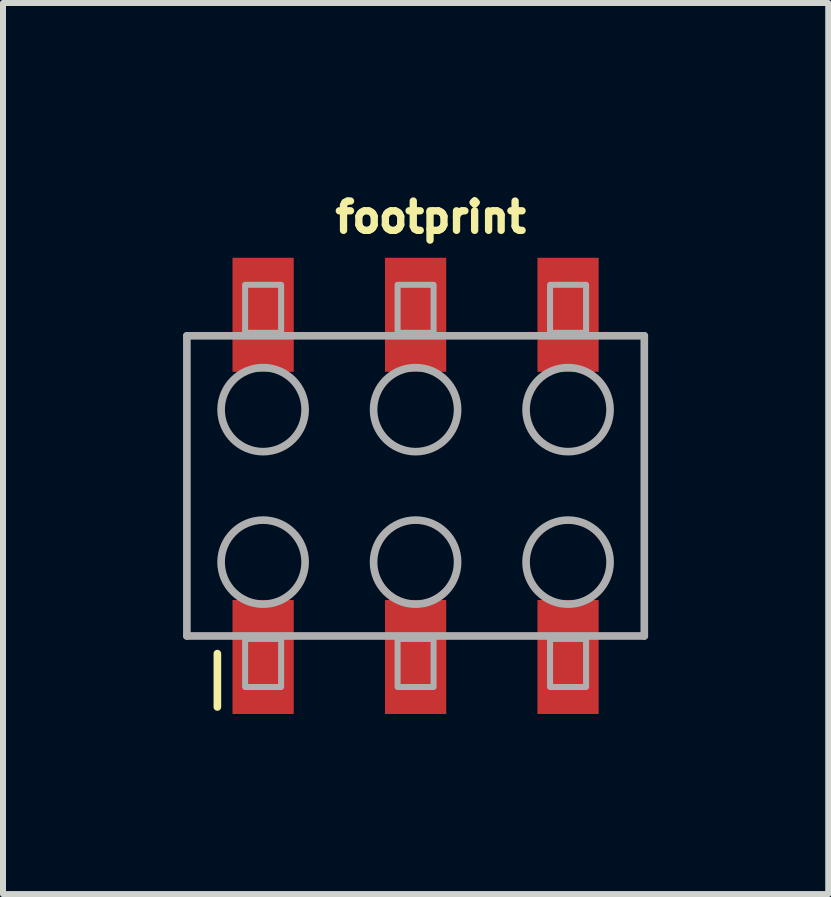
<source format=kicad_pcb>
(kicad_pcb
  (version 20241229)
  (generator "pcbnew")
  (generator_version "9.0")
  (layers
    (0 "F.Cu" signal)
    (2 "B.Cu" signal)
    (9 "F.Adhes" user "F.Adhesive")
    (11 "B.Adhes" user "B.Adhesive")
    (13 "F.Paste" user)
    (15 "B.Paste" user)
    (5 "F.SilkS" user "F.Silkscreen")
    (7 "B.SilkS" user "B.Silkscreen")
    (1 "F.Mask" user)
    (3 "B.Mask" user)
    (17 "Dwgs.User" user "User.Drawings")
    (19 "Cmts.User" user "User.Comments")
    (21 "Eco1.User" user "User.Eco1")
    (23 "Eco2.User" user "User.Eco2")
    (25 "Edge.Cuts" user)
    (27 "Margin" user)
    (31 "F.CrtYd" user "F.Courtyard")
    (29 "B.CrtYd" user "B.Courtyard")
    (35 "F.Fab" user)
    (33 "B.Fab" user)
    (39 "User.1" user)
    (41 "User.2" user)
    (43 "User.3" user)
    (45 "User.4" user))
  (footprint "footprint"
    (layer "F.Cu")
    (at 3.873 5.044)
    (property "Reference" "footprint" (at -1.397 -4.191 0) (layer "F.SilkS") (effects (font (size 0.488 0.488) (thickness 0.122)) (justify left bottom)))
    (fp_line (start -3.302 3.683) (end -3.302 2.794) (stroke (width 0.127) (type solid)) (layer "F.SilkS"))
    (fp_line (start -3.81 -2.5) (end 3.81 -2.5) (stroke (width 0.127) (type solid)) (layer "F.Fab"))
    (fp_line (start -3.81 2.5) (end -3.81 -2.5) (stroke (width 0.127) (type solid)) (layer "F.Fab"))
    (fp_line (start 3.81 -2.5) (end 3.81 2.5) (stroke (width 0.127) (type solid)) (layer "F.Fab"))
    (fp_line (start 3.81 2.5) (end -3.81 2.5) (stroke (width 0.127) (type solid)) (layer "F.Fab"))
    (fp_circle (center -2.54 -1.27) (end -1.84 -1.27) (stroke (width 0.127) (type solid)) (fill no) (layer "F.Fab"))
    (fp_circle (center -2.54 1.27) (end -1.84 1.27) (stroke (width 0.127) (type solid)) (fill no) (layer "F.Fab"))
    (fp_circle (center 0 -1.27) (end 0.7 -1.27) (stroke (width 0.127) (type solid)) (fill no) (layer "F.Fab"))
    (fp_circle (center 0 1.27) (end 0.7 1.27) (stroke (width 0.127) (type solid)) (fill no) (layer "F.Fab"))
    (fp_circle (center 2.54 -1.27) (end 3.24 -1.27) (stroke (width 0.127) (type solid)) (fill no) (layer "F.Fab"))
    (fp_circle (center 2.54 1.27) (end 3.24 1.27) (stroke (width 0.127) (type solid)) (fill no) (layer "F.Fab"))
    (fp_poly (pts (xy -2.84 -2.55) (xy -2.24 -2.55) (xy -2.24 -3.35) (xy -2.84 -3.35)) (stroke (width 0.1) (type solid)) (fill no) (layer "F.Fab"))
    (fp_poly (pts (xy -2.24 2.55) (xy -2.84 2.55) (xy -2.84 3.35) (xy -2.24 3.35)) (stroke (width 0.1) (type solid)) (fill no) (layer "F.Fab"))
    (fp_poly (pts (xy -0.3 -2.55) (xy 0.3 -2.55) (xy 0.3 -3.35) (xy -0.3 -3.35)) (stroke (width 0.1) (type solid)) (fill no) (layer "F.Fab"))
    (fp_poly (pts (xy 0.3 2.55) (xy -0.3 2.55) (xy -0.3 3.35) (xy 0.3 3.35)) (stroke (width 0.1) (type solid)) (fill no) (layer "F.Fab"))
    (fp_poly (pts (xy 2.24 -2.55) (xy 2.84 -2.55) (xy 2.84 -3.35) (xy 2.24 -3.35)) (stroke (width 0.1) (type solid)) (fill no) (layer "F.Fab"))
    (fp_poly (pts (xy 2.84 2.55) (xy 2.24 2.55) (xy 2.24 3.35) (xy 2.84 3.35)) (stroke (width 0.1) (type solid)) (fill no) (layer "F.Fab"))
    (pad "1" smd rect (at -2.54 2.85) (size 1.02 1.9) (layers "F.Cu" "F.Mask" "F.Paste"))
    (pad "2" smd rect (at -2.54 -2.85) (size 1.02 1.9) (layers "F.Cu" "F.Mask" "F.Paste"))
    (pad "3" smd rect (at 0 2.85) (size 1.02 1.9) (layers "F.Cu" "F.Mask" "F.Paste"))
    (pad "4" smd rect (at 0 -2.85) (size 1.02 1.9) (layers "F.Cu" "F.Mask" "F.Paste"))
    (pad "5" smd rect (at 2.54 2.85) (size 1.02 1.9) (layers "F.Cu" "F.Mask" "F.Paste"))
    (pad "6" smd rect (at 2.54 -2.85) (size 1.02 1.9) (layers "F.Cu" "F.Mask" "F.Paste")))
  (gr_rect
    (start -3 -3)
    (end 10.747 11.844)
    (stroke (width 0.1) (type default))
    (fill no)
    (layer "Edge.Cuts")))
</source>
